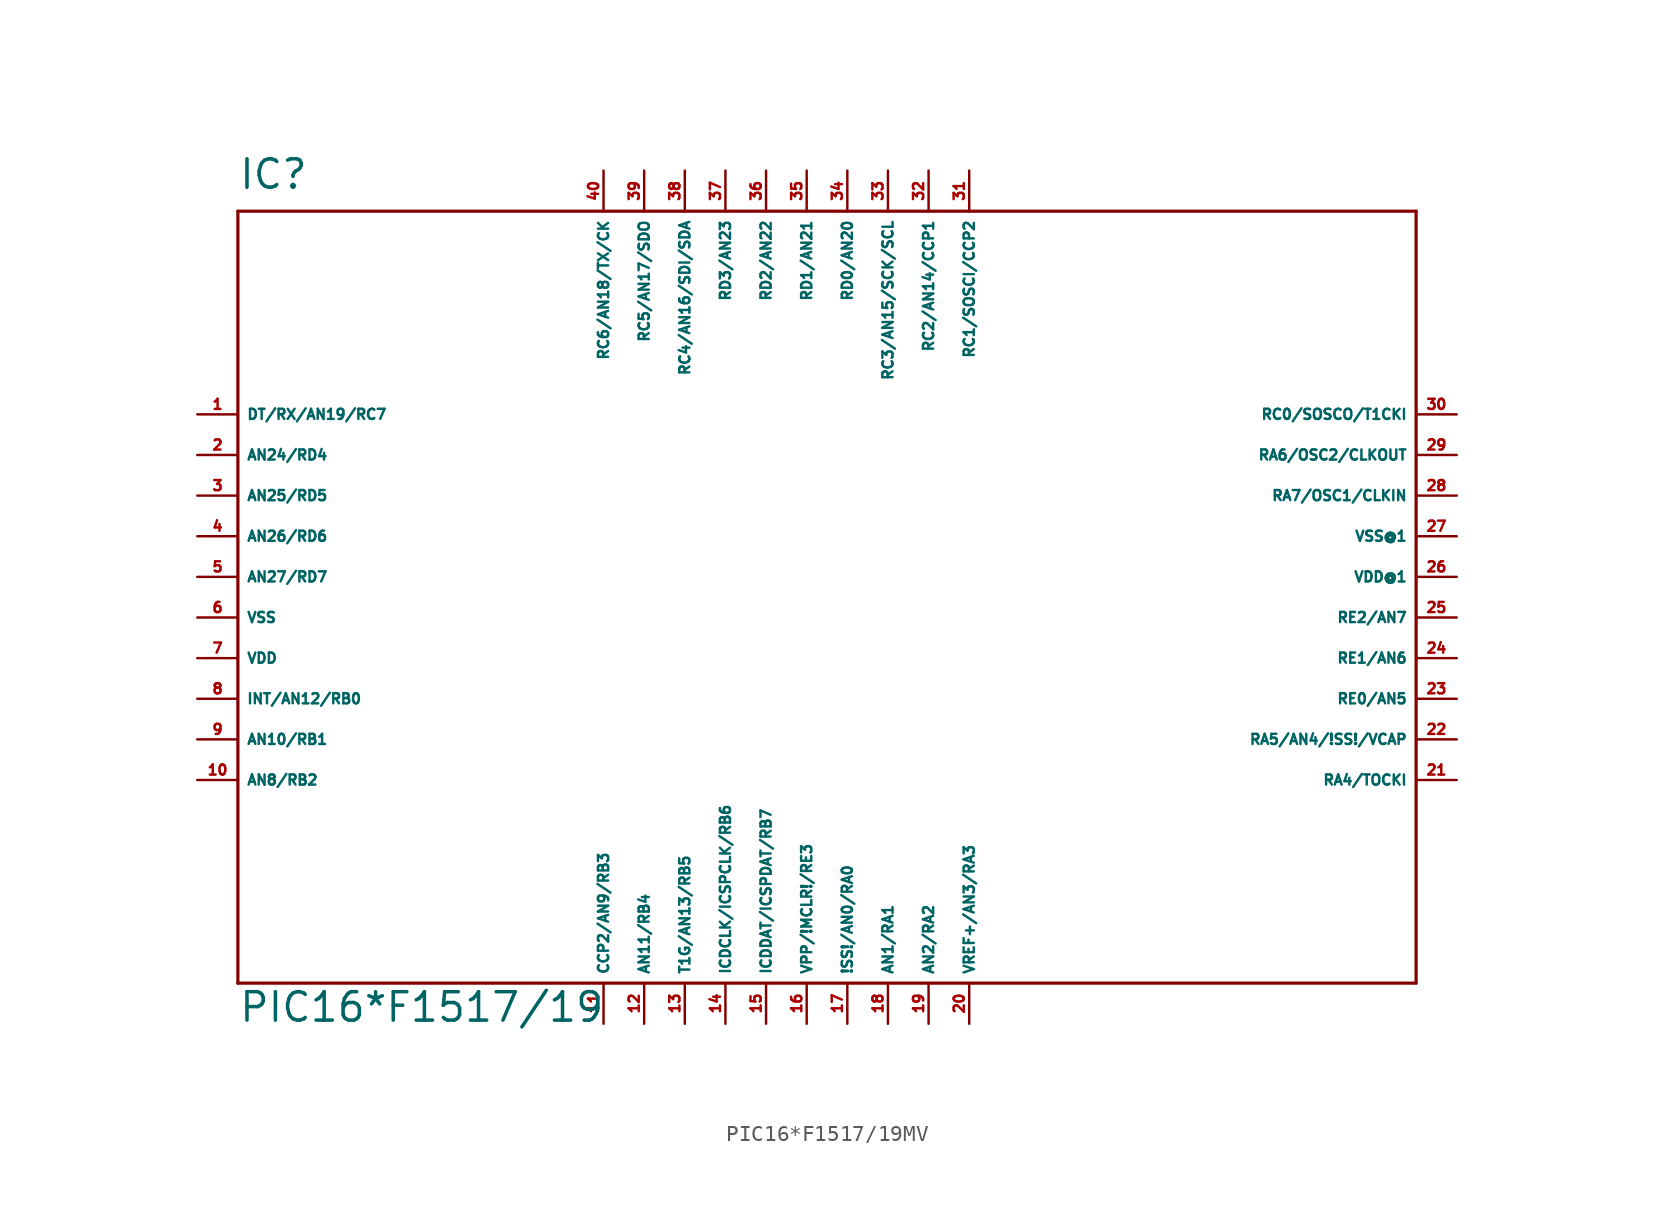
<source format=kicad_sym>
(kicad_symbol_lib
  (version 20220914)
  (generator Eagle2Kicad)
  (symbol "PIC16*F1517/19MV"
    (property "Reference" "IC"
      (at -33.02 24.13 0)
      (effects (font (size 1.778 1.778) (thickness 0.22)) (justify left bottom)))
    (property "Value" "PIC16*F1517/19"
      (at -33.02 -27.94 0)
      (effects (font (size 1.778 1.778) (thickness 0.22)) (justify left bottom)))
    (polyline
      (pts (xy -33.02 22.86) (xy -33.02 -25.4))
      (stroke (width 0.2) (type default))
      (fill (type none)))
    (polyline
      (pts (xy -33.02 -25.4) (xy 40.64 -25.4))
      (stroke (width 0.2) (type default))
      (fill (type none)))
    (polyline
      (pts (xy 40.64 -25.4) (xy 40.64 22.86))
      (stroke (width 0.2) (type default))
      (fill (type none)))
    (polyline
      (pts (xy 40.64 22.86) (xy -33.02 22.86))
      (stroke (width 0.2) (type default))
      (fill (type none)))
    (pin bidirectional line
      (at -35.56 10.16 0)
      (length 2.54)
      (name "DT/RX/AN19/RC7" (effects (font (size 0.635 0.635) (thickness 0.08)) (justify left bottom)))
      (number "1" (effects (font (size 0.635 0.635) (thickness 0.08)) (justify left bottom))))
    (pin bidirectional line
      (at -35.56 7.62 0)
      (length 2.54)
      (name "AN24/RD4" (effects (font (size 0.635 0.635) (thickness 0.08)) (justify left bottom)))
      (number "2" (effects (font (size 0.635 0.635) (thickness 0.08)) (justify left bottom))))
    (pin bidirectional line
      (at -35.56 5.08 0)
      (length 2.54)
      (name "AN25/RD5" (effects (font (size 0.635 0.635) (thickness 0.08)) (justify left bottom)))
      (number "3" (effects (font (size 0.635 0.635) (thickness 0.08)) (justify left bottom))))
    (pin bidirectional line
      (at -35.56 2.54 0)
      (length 2.54)
      (name "AN26/RD6" (effects (font (size 0.635 0.635) (thickness 0.08)) (justify left bottom)))
      (number "4" (effects (font (size 0.635 0.635) (thickness 0.08)) (justify left bottom))))
    (pin bidirectional line
      (at -35.56 0 0)
      (length 2.54)
      (name "AN27/RD7" (effects (font (size 0.635 0.635) (thickness 0.08)) (justify left bottom)))
      (number "5" (effects (font (size 0.635 0.635) (thickness 0.08)) (justify left bottom))))
    (pin bidirectional line
      (at -35.56 -7.62 0)
      (length 2.54)
      (name "INT/AN12/RB0" (effects (font (size 0.635 0.635) (thickness 0.08)) (justify left bottom)))
      (number "8" (effects (font (size 0.635 0.635) (thickness 0.08)) (justify left bottom))))
    (pin bidirectional line
      (at -35.56 -10.16 0)
      (length 2.54)
      (name "AN10/RB1" (effects (font (size 0.635 0.635) (thickness 0.08)) (justify left bottom)))
      (number "9" (effects (font (size 0.635 0.635) (thickness 0.08)) (justify left bottom))))
    (pin bidirectional line
      (at -35.56 -12.7 0)
      (length 2.54)
      (name "AN8/RB2" (effects (font (size 0.635 0.635) (thickness 0.08)) (justify left bottom)))
      (number "10" (effects (font (size 0.635 0.635) (thickness 0.08)) (justify left bottom))))
    (pin bidirectional line
      (at -10.16 -27.94 90)
      (length 2.54)
      (name "CCP2/AN9/RB3" (effects (font (size 0.635 0.635) (thickness 0.08)) (justify left bottom)))
      (number "11" (effects (font (size 0.635 0.635) (thickness 0.08)) (justify left bottom))))
    (pin bidirectional line
      (at -7.62 -27.94 90)
      (length 2.54)
      (name "AN11/RB4" (effects (font (size 0.635 0.635) (thickness 0.08)) (justify left bottom)))
      (number "12" (effects (font (size 0.635 0.635) (thickness 0.08)) (justify left bottom))))
    (pin bidirectional line
      (at -5.08 -27.94 90)
      (length 2.54)
      (name "T1G/AN13/RB5" (effects (font (size 0.635 0.635) (thickness 0.08)) (justify left bottom)))
      (number "13" (effects (font (size 0.635 0.635) (thickness 0.08)) (justify left bottom))))
    (pin bidirectional line
      (at -2.54 -27.94 90)
      (length 2.54)
      (name "ICDCLK/ICSPCLK/RB6" (effects (font (size 0.635 0.635) (thickness 0.08)) (justify left bottom)))
      (number "14" (effects (font (size 0.635 0.635) (thickness 0.08)) (justify left bottom))))
    (pin bidirectional line
      (at 0 -27.94 90)
      (length 2.54)
      (name "ICDDAT/ICSPDAT/RB7" (effects (font (size 0.635 0.635) (thickness 0.08)) (justify left bottom)))
      (number "15" (effects (font (size 0.635 0.635) (thickness 0.08)) (justify left bottom))))
    (pin input line
      (at 2.54 -27.94 90)
      (length 2.54)
      (name "VPP/!MCLR!/RE3" (effects (font (size 0.635 0.635) (thickness 0.08)) (justify left bottom)))
      (number "16" (effects (font (size 0.635 0.635) (thickness 0.08)) (justify left bottom))))
    (pin bidirectional line
      (at 5.08 -27.94 90)
      (length 2.54)
      (name "!SS!/AN0/RA0" (effects (font (size 0.635 0.635) (thickness 0.08)) (justify left bottom)))
      (number "17" (effects (font (size 0.635 0.635) (thickness 0.08)) (justify left bottom))))
    (pin bidirectional line
      (at 7.62 -27.94 90)
      (length 2.54)
      (name "AN1/RA1" (effects (font (size 0.635 0.635) (thickness 0.08)) (justify left bottom)))
      (number "18" (effects (font (size 0.635 0.635) (thickness 0.08)) (justify left bottom))))
    (pin bidirectional line
      (at 10.16 -27.94 90)
      (length 2.54)
      (name "AN2/RA2" (effects (font (size 0.635 0.635) (thickness 0.08)) (justify left bottom)))
      (number "19" (effects (font (size 0.635 0.635) (thickness 0.08)) (justify left bottom))))
    (pin bidirectional line
      (at 12.7 -27.94 90)
      (length 2.54)
      (name "VREF+/AN3/RA3" (effects (font (size 0.635 0.635) (thickness 0.08)) (justify left bottom)))
      (number "20" (effects (font (size 0.635 0.635) (thickness 0.08)) (justify left bottom))))
    (pin bidirectional line
      (at 43.18 -12.7 180)
      (length 2.54)
      (name "RA4/TOCKI" (effects (font (size 0.635 0.635) (thickness 0.08)) (justify left bottom)))
      (number "21" (effects (font (size 0.635 0.635) (thickness 0.08)) (justify left bottom))))
    (pin bidirectional line
      (at 43.18 -10.16 180)
      (length 2.54)
      (name "RA5/AN4/!SS!/VCAP" (effects (font (size 0.635 0.635) (thickness 0.08)) (justify left bottom)))
      (number "22" (effects (font (size 0.635 0.635) (thickness 0.08)) (justify left bottom))))
    (pin bidirectional line
      (at 43.18 -7.62 180)
      (length 2.54)
      (name "RE0/AN5" (effects (font (size 0.635 0.635) (thickness 0.08)) (justify left bottom)))
      (number "23" (effects (font (size 0.635 0.635) (thickness 0.08)) (justify left bottom))))
    (pin bidirectional line
      (at 43.18 -5.08 180)
      (length 2.54)
      (name "RE1/AN6" (effects (font (size 0.635 0.635) (thickness 0.08)) (justify left bottom)))
      (number "24" (effects (font (size 0.635 0.635) (thickness 0.08)) (justify left bottom))))
    (pin bidirectional line
      (at 43.18 5.08 180)
      (length 2.54)
      (name "RA7/OSC1/CLKIN" (effects (font (size 0.635 0.635) (thickness 0.08)) (justify left bottom)))
      (number "28" (effects (font (size 0.635 0.635) (thickness 0.08)) (justify left bottom))))
    (pin bidirectional line
      (at 43.18 7.62 180)
      (length 2.54)
      (name "RA6/OSC2/CLKOUT" (effects (font (size 0.635 0.635) (thickness 0.08)) (justify left bottom)))
      (number "29" (effects (font (size 0.635 0.635) (thickness 0.08)) (justify left bottom))))
    (pin bidirectional line
      (at 43.18 10.16 180)
      (length 2.54)
      (name "RC0/SOSCO/T1CKI" (effects (font (size 0.635 0.635) (thickness 0.08)) (justify left bottom)))
      (number "30" (effects (font (size 0.635 0.635) (thickness 0.08)) (justify left bottom))))
    (pin bidirectional line
      (at 12.7 25.4 270)
      (length 2.54)
      (name "RC1/SOSCI/CCP2" (effects (font (size 0.635 0.635) (thickness 0.08)) (justify left bottom)))
      (number "31" (effects (font (size 0.635 0.635) (thickness 0.08)) (justify left bottom))))
    (pin bidirectional line
      (at 10.16 25.4 270)
      (length 2.54)
      (name "RC2/AN14/CCP1" (effects (font (size 0.635 0.635) (thickness 0.08)) (justify left bottom)))
      (number "32" (effects (font (size 0.635 0.635) (thickness 0.08)) (justify left bottom))))
    (pin bidirectional line
      (at 7.62 25.4 270)
      (length 2.54)
      (name "RC3/AN15/SCK/SCL" (effects (font (size 0.635 0.635) (thickness 0.08)) (justify left bottom)))
      (number "33" (effects (font (size 0.635 0.635) (thickness 0.08)) (justify left bottom))))
    (pin bidirectional line
      (at 5.08 25.4 270)
      (length 2.54)
      (name "RD0/AN20" (effects (font (size 0.635 0.635) (thickness 0.08)) (justify left bottom)))
      (number "34" (effects (font (size 0.635 0.635) (thickness 0.08)) (justify left bottom))))
    (pin bidirectional line
      (at 2.54 25.4 270)
      (length 2.54)
      (name "RD1/AN21" (effects (font (size 0.635 0.635) (thickness 0.08)) (justify left bottom)))
      (number "35" (effects (font (size 0.635 0.635) (thickness 0.08)) (justify left bottom))))
    (pin bidirectional line
      (at 0 25.4 270)
      (length 2.54)
      (name "RD2/AN22" (effects (font (size 0.635 0.635) (thickness 0.08)) (justify left bottom)))
      (number "36" (effects (font (size 0.635 0.635) (thickness 0.08)) (justify left bottom))))
    (pin bidirectional line
      (at -2.54 25.4 270)
      (length 2.54)
      (name "RD3/AN23" (effects (font (size 0.635 0.635) (thickness 0.08)) (justify left bottom)))
      (number "37" (effects (font (size 0.635 0.635) (thickness 0.08)) (justify left bottom))))
    (pin bidirectional line
      (at -5.08 25.4 270)
      (length 2.54)
      (name "RC4/AN16/SDI/SDA" (effects (font (size 0.635 0.635) (thickness 0.08)) (justify left bottom)))
      (number "38" (effects (font (size 0.635 0.635) (thickness 0.08)) (justify left bottom))))
    (pin bidirectional line
      (at -7.62 25.4 270)
      (length 2.54)
      (name "RC5/AN17/SDO" (effects (font (size 0.635 0.635) (thickness 0.08)) (justify left bottom)))
      (number "39" (effects (font (size 0.635 0.635) (thickness 0.08)) (justify left bottom))))
    (pin bidirectional line
      (at -10.16 25.4 270)
      (length 2.54)
      (name "RC6/AN18/TX/CK" (effects (font (size 0.635 0.635) (thickness 0.08)) (justify left bottom)))
      (number "40" (effects (font (size 0.635 0.635) (thickness 0.08)) (justify left bottom))))
    (pin unspecified line
      (at -35.56 -2.54 0)
      (length 2.54)
      (name "VSS" (effects (font (size 0.635 0.635) (thickness 0.08)) (justify left bottom)))
      (number "6" (effects (font (size 0.635 0.635) (thickness 0.08)) (justify left bottom))))
    (pin unspecified line
      (at 43.18 2.54 180)
      (length 2.54)
      (name "VSS@1" (effects (font (size 0.635 0.635) (thickness 0.08)) (justify left bottom)))
      (number "27" (effects (font (size 0.635 0.635) (thickness 0.08)) (justify left bottom))))
    (pin unspecified line
      (at -35.56 -5.08 0)
      (length 2.54)
      (name "VDD" (effects (font (size 0.635 0.635) (thickness 0.08)) (justify left bottom)))
      (number "7" (effects (font (size 0.635 0.635) (thickness 0.08)) (justify left bottom))))
    (pin unspecified line
      (at 43.18 0 180)
      (length 2.54)
      (name "VDD@1" (effects (font (size 0.635 0.635) (thickness 0.08)) (justify left bottom)))
      (number "26" (effects (font (size 0.635 0.635) (thickness 0.08)) (justify left bottom))))
    (pin bidirectional line
      (at 43.18 -2.54 180)
      (length 2.54)
      (name "RE2/AN7" (effects (font (size 0.635 0.635) (thickness 0.08)) (justify left bottom)))
      (number "25" (effects (font (size 0.635 0.635) (thickness 0.08)) (justify left bottom))))))
</source>
